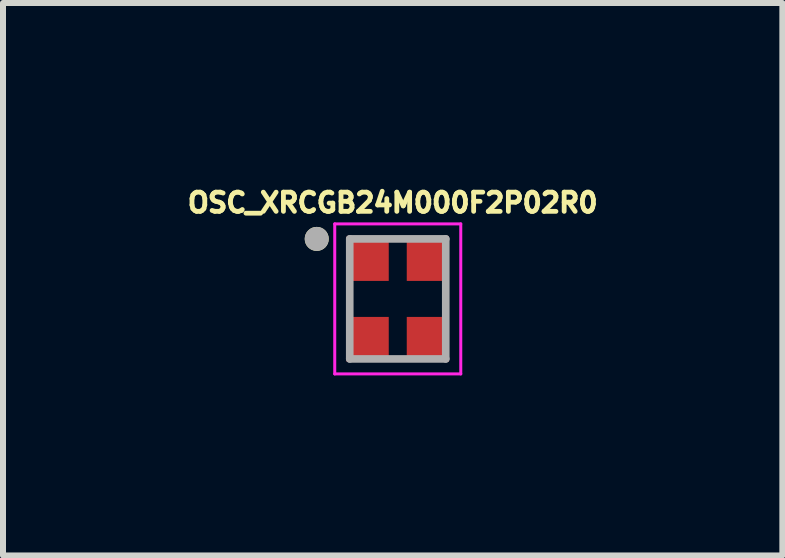
<source format=kicad_pcb>
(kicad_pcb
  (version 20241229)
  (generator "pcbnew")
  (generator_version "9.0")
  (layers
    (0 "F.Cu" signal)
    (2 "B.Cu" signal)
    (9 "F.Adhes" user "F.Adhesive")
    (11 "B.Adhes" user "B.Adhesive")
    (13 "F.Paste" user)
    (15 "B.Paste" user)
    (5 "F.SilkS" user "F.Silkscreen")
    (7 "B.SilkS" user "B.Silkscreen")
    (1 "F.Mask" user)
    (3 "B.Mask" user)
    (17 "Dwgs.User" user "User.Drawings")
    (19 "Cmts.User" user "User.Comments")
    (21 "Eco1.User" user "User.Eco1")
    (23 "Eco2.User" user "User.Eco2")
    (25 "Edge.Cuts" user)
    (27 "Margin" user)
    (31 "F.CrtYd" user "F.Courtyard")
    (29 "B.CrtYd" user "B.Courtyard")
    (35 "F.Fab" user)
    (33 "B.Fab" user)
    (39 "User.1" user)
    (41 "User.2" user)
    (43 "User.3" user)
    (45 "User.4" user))
  (footprint "OSC_XRCGB24M000F2P02R0"
    (layer "F.Cu")
    (at 3.578 1.931)
    (property "Reference" "OSC_XRCGB24M000F2P02R0" (at -0.084 -1.603 0) (layer "F.SilkS") (effects (font (size 0.32 0.32) (thickness 0.15))))
    (attr through_hole)
    (fp_circle (center -1.35 -1) (end -1.25 -1) (stroke (width 0.2) (type solid)) (fill no) (layer "F.SilkS"))
    (fp_line (start -1.05 -1.25) (end 1.05 -1.25) (stroke (width 0.05) (type solid)) (layer "F.CrtYd"))
    (fp_line (start -1.05 1.25) (end -1.05 -1.25) (stroke (width 0.05) (type solid)) (layer "F.CrtYd"))
    (fp_line (start 1.05 -1.25) (end 1.05 1.25) (stroke (width 0.05) (type solid)) (layer "F.CrtYd"))
    (fp_line (start 1.05 1.25) (end -1.05 1.25) (stroke (width 0.05) (type solid)) (layer "F.CrtYd"))
    (fp_line (start -0.8 -1) (end 0.8 -1) (stroke (width 0.127) (type solid)) (layer "F.Fab"))
    (fp_line (start -0.8 1) (end -0.8 -1) (stroke (width 0.127) (type solid)) (layer "F.Fab"))
    (fp_line (start 0.8 -1) (end 0.8 1) (stroke (width 0.127) (type solid)) (layer "F.Fab"))
    (fp_line (start 0.8 1) (end -0.8 1) (stroke (width 0.127) (type solid)) (layer "F.Fab"))
    (fp_circle (center -1.35 -1) (end -1.25 -1) (stroke (width 0.2) (type solid)) (fill no) (layer "F.Fab"))
    (pad "1" smd rect (at -0.5 -0.675) (size 0.7 0.75) (layers "F.Cu" "F.Mask" "F.Paste"))
    (pad "2" smd rect (at -0.5 0.675) (size 0.7 0.75) (layers "F.Cu" "F.Mask" "F.Paste"))
    (pad "3" smd rect (at 0.5 0.675) (size 0.7 0.75) (layers "F.Cu" "F.Mask" "F.Paste"))
    (pad "4" smd rect (at 0.5 -0.675) (size 0.7 0.75) (layers "F.Cu" "F.Mask" "F.Paste")))
  (gr_rect
    (start -3 -3)
    (end 9.987 6.206)
    (stroke (width 0.1) (type default))
    (fill no)
    (layer "Edge.Cuts")))
</source>
